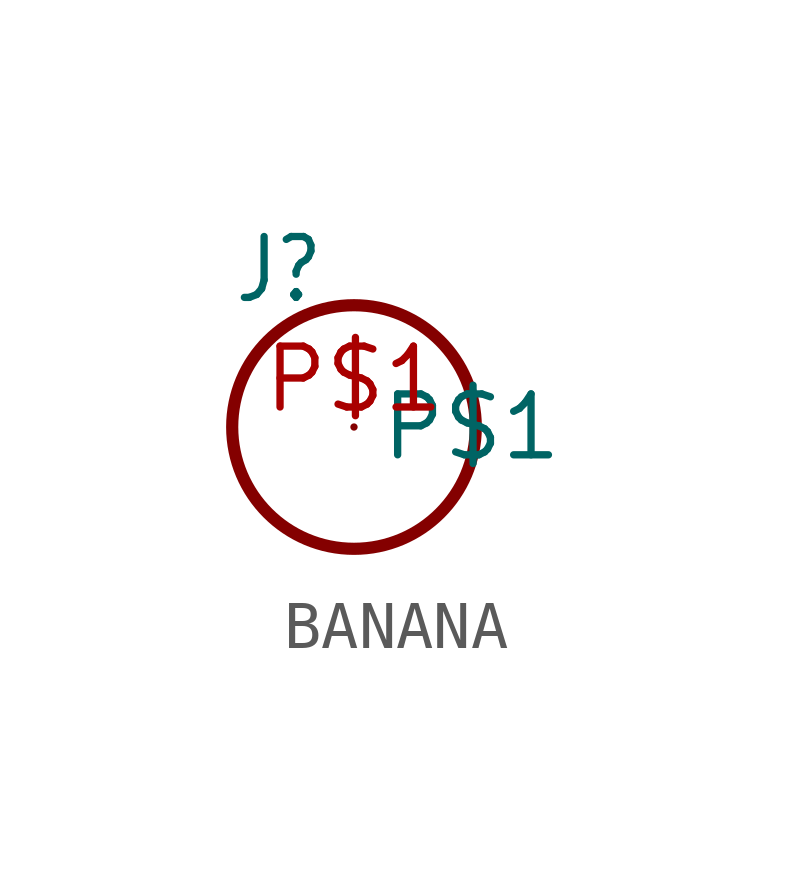
<source format=kicad_sym>
(kicad_symbol_lib
  (version 20231120)
  (generator "kicad_symbol_editor")
  (generator_version "8.0")
  (symbol "BANANA"
    (property "Reference" "J"
      (at -2.54 2.54 0)
      (effects (font (size 1.27 1.079)) (justify left bottom)))
    (property "ki_locked" ""
      (at 0 0 0)
      (effects (font (size 1.27 1.27))))
    (symbol "BANANA_1_0"
      (circle (center 0 0) (radius 2.54) (stroke (width 0.254) (type solid)) (fill (type none)))
      (pin bidirectional line (at 0 0 0) (length 0) (name "P$1" (effects (font (size 1.27 1.27)))) (number "P$1" (effects (font (size 1.27 1.27))))))))
</source>
